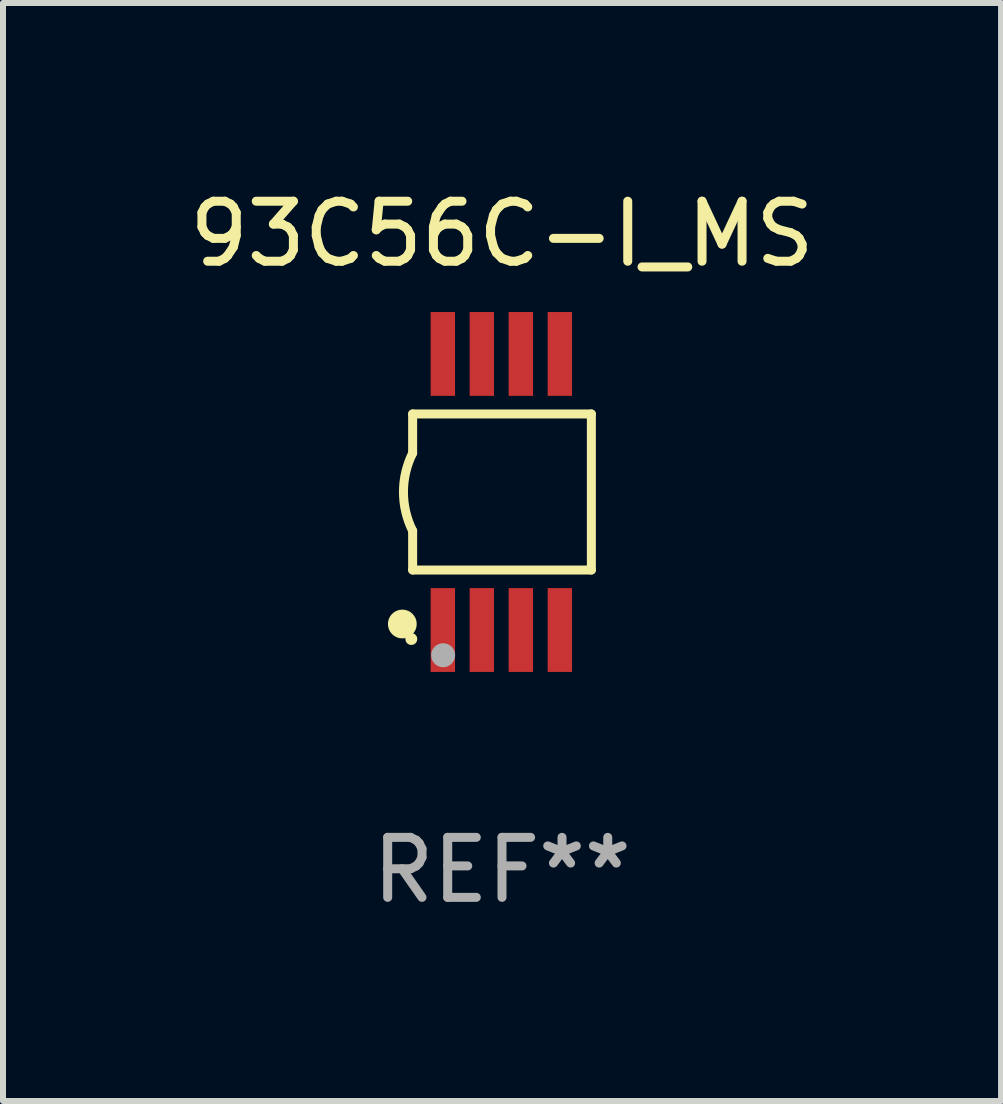
<source format=kicad_pcb>
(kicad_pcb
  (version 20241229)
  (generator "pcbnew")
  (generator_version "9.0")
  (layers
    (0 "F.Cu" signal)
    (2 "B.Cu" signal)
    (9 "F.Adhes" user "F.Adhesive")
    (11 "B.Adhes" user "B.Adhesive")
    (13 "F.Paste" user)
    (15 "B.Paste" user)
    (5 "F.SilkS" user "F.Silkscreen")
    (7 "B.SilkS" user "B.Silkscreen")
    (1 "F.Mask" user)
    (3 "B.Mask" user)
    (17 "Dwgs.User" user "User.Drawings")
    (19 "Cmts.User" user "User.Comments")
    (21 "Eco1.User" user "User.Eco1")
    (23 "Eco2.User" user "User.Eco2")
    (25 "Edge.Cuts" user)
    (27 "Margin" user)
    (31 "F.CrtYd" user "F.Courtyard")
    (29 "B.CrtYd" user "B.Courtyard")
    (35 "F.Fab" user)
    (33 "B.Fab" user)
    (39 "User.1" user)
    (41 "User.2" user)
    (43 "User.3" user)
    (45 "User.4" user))
  (footprint "93C56C-I_MS"
    (layer "F.Cu")
    (at 5.315 5.148)
    (property "Reference" "93C56C-I_MS" (at 0 -4.3 0) (layer "F.SilkS") (effects (font (size 1 1) (thickness 0.15))))
    (attr through_hole)
    (fp_line (start -1.489 -1.3) (end -1.489 -0.648) (stroke (width 0.15) (type solid)) (layer "F.SilkS"))
    (fp_line (start -1.489 0.648) (end -1.489 1.3) (stroke (width 0.15) (type solid)) (layer "F.SilkS"))
    (fp_line (start -1.489 1.3) (end 1.489 1.3) (stroke (width 0.15) (type solid)) (layer "F.SilkS"))
    (fp_line (start 1.489 -1.3) (end -1.489 -1.3) (stroke (width 0.15) (type solid)) (layer "F.SilkS"))
    (fp_line (start 1.489 1.3) (end 1.489 -1.3) (stroke (width 0.15) (type solid)) (layer "F.SilkS"))
    (fp_arc (start -1.489205 0.647702) (mid -1.642107 0) (end -1.489205 -0.647701) (stroke (width 0.150013) (type solid)) (layer "F.SilkS"))
    (fp_circle (center -1.661 2.2) (end -1.541 2.2) (stroke (width 0.24) (type solid)) (fill no) (layer "F.SilkS"))
    (fp_circle (center -1.511 2.45) (end -1.461 2.45) (stroke (width 0.1) (type solid)) (fill no) (layer "F.SilkS"))
    (fp_circle (center -0.981 2.72) (end -0.881 2.72) (stroke (width 0.2) (type solid)) (fill no) (layer "F.Fab"))
    (fp_text user "REF**" (at 0 6.3 0) (layer "F.Fab") (effects (font (size 1 1) (thickness 0.15))))
    (pad "1" smd rect (at -0.986 2.3) (size 0.406 1.397) (layers "F.Cu" "F.Mask" "F.Paste"))
    (pad "2" smd rect (at -0.336 2.3) (size 0.406 1.397) (layers "F.Cu" "F.Mask" "F.Paste"))
    (pad "3" smd rect (at 0.314 2.3) (size 0.406 1.397) (layers "F.Cu" "F.Mask" "F.Paste"))
    (pad "4" smd rect (at 0.964 2.3) (size 0.406 1.397) (layers "F.Cu" "F.Mask" "F.Paste"))
    (pad "5" smd rect (at 0.964 -2.3) (size 0.406 1.397) (layers "F.Cu" "F.Mask" "F.Paste"))
    (pad "6" smd rect (at 0.314 -2.3) (size 0.406 1.397) (layers "F.Cu" "F.Mask" "F.Paste"))
    (pad "7" smd rect (at -0.336 -2.3) (size 0.406 1.397) (layers "F.Cu" "F.Mask" "F.Paste"))
    (pad "8" smd rect (at -0.986 -2.3) (size 0.406 1.397) (layers "F.Cu" "F.Mask" "F.Paste")))
  (gr_rect
    (start -3 -3)
    (end 13.631 15.296)
    (stroke (width 0.1) (type default))
    (fill no)
    (layer "Edge.Cuts")))
</source>
